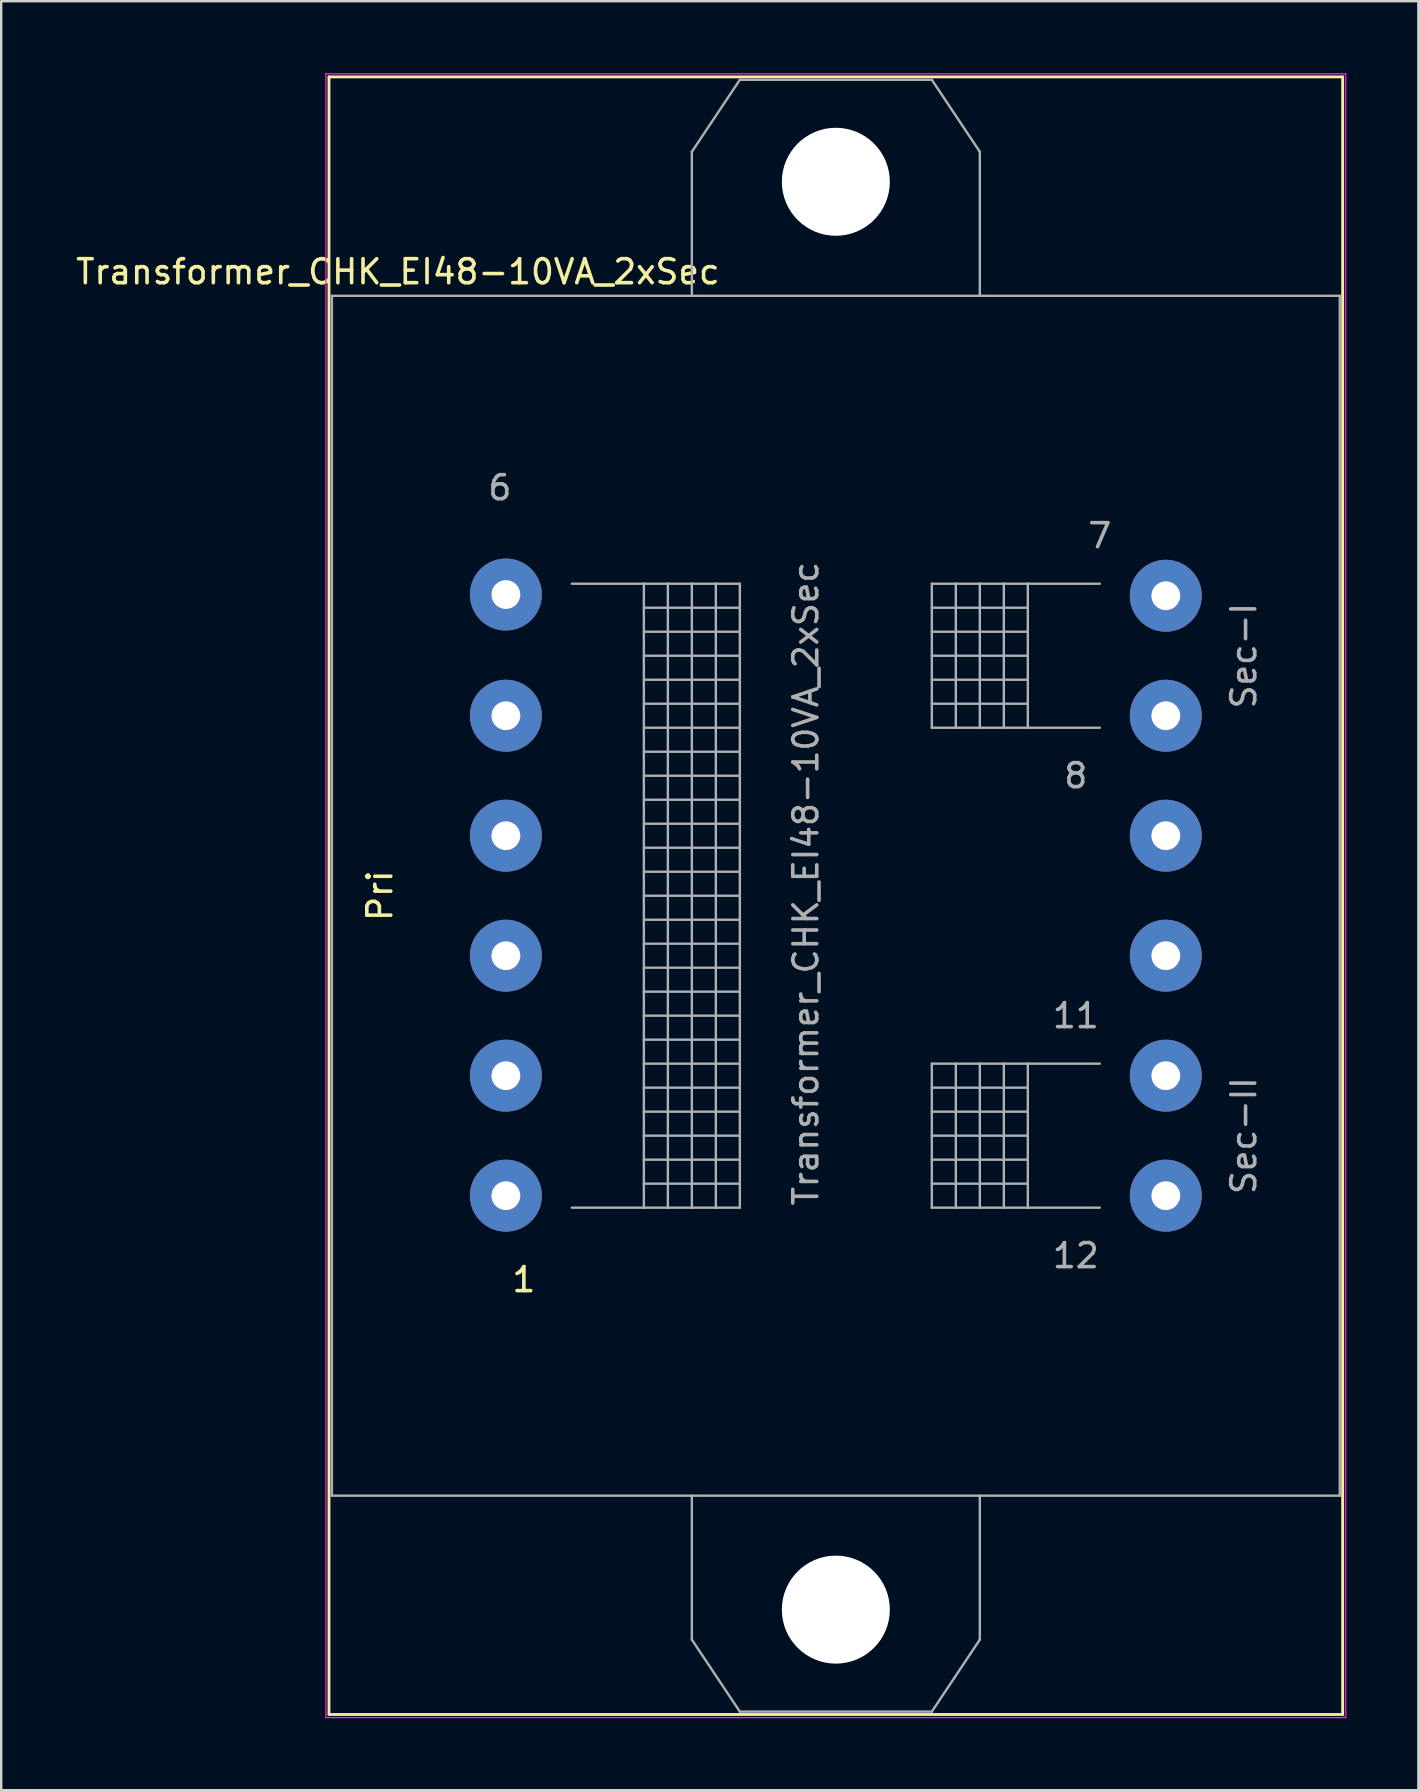
<source format=kicad_pcb>
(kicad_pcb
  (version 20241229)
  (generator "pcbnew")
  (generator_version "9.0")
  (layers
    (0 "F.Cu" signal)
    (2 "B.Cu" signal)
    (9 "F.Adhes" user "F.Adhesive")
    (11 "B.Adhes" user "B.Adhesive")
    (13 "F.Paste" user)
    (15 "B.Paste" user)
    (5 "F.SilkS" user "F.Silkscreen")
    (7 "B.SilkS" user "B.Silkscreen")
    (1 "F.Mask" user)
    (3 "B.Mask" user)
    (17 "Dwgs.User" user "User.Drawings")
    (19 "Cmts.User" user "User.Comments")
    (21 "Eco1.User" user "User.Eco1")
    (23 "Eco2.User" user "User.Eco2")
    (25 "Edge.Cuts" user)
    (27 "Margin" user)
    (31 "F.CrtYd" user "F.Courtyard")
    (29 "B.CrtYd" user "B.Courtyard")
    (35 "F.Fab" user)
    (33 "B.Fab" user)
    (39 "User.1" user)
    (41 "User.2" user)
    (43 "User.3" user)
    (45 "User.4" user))
  (footprint "Transformer_CHK_EI48-10VA_2xSec"
    (layer "F.Cu")
    (at 18.03 46.775)
    (property "Reference" "Transformer_CHK_EI48-10VA_2xSec" (at -4.5 -38.5 0) (layer "F.SilkS") (effects (font (size 1 1) (thickness 0.15))))
    (attr through_hole)
    (fp_line (start -7.37 -46.62) (end -7.37 21.62) (stroke (width 0.12) (type solid)) (layer "F.SilkS"))
    (fp_line (start -7.37 -46.62) (end 34.87 -46.62) (stroke (width 0.12) (type solid)) (layer "F.SilkS"))
    (fp_line (start 34.87 21.62) (end -7.37 21.62) (stroke (width 0.12) (type solid)) (layer "F.SilkS"))
    (fp_line (start 34.87 21.62) (end 34.87 -46.62) (stroke (width 0.12) (type solid)) (layer "F.SilkS"))
    (fp_line (start -7.5 -46.75) (end -7.5 21.75) (stroke (width 0.05) (type solid)) (layer "F.CrtYd"))
    (fp_line (start -7.5 -46.75) (end 35 -46.75) (stroke (width 0.05) (type solid)) (layer "F.CrtYd"))
    (fp_line (start 35 21.75) (end -7.5 21.75) (stroke (width 0.05) (type solid)) (layer "F.CrtYd"))
    (fp_line (start 35 21.75) (end 35 -46.75) (stroke (width 0.05) (type solid)) (layer "F.CrtYd"))
    (fp_line (start -7.25 -37.5) (end -7.25 12.5) (stroke (width 0.1) (type solid)) (layer "F.Fab"))
    (fp_line (start -7.25 12.5) (end 34.75 12.5) (stroke (width 0.1) (type solid)) (layer "F.Fab"))
    (fp_line (start 2.75 -25.5) (end 5.75 -25.5) (stroke (width 0.1) (type solid)) (layer "F.Fab"))
    (fp_line (start 5.75 -25.5) (end 5.75 0.5) (stroke (width 0.1) (type solid)) (layer "F.Fab"))
    (fp_line (start 5.75 -25.5) (end 6.75 -25.5) (stroke (width 0.1) (type solid)) (layer "F.Fab"))
    (fp_line (start 5.75 -24.5) (end 9.75 -24.5) (stroke (width 0.1) (type solid)) (layer "F.Fab"))
    (fp_line (start 5.75 -23.5) (end 9.75 -23.5) (stroke (width 0.1) (type solid)) (layer "F.Fab"))
    (fp_line (start 5.75 -22.5) (end 9.75 -22.5) (stroke (width 0.1) (type solid)) (layer "F.Fab"))
    (fp_line (start 5.75 -21.5) (end 9.75 -21.5) (stroke (width 0.1) (type solid)) (layer "F.Fab"))
    (fp_line (start 5.75 -20.5) (end 9.75 -20.5) (stroke (width 0.1) (type solid)) (layer "F.Fab"))
    (fp_line (start 5.75 -19.5) (end 9.75 -19.5) (stroke (width 0.1) (type solid)) (layer "F.Fab"))
    (fp_line (start 5.75 -18.5) (end 9.75 -18.5) (stroke (width 0.1) (type solid)) (layer "F.Fab"))
    (fp_line (start 5.75 -17.5) (end 9.75 -17.5) (stroke (width 0.1) (type solid)) (layer "F.Fab"))
    (fp_line (start 5.75 -16.5) (end 9.75 -16.5) (stroke (width 0.1) (type solid)) (layer "F.Fab"))
    (fp_line (start 5.75 -15.5) (end 9.75 -15.5) (stroke (width 0.1) (type solid)) (layer "F.Fab"))
    (fp_line (start 5.75 -14.5) (end 9.75 -14.5) (stroke (width 0.1) (type solid)) (layer "F.Fab"))
    (fp_line (start 5.75 -13.5) (end 9.75 -13.5) (stroke (width 0.1) (type solid)) (layer "F.Fab"))
    (fp_line (start 5.75 -12.5) (end 9.75 -12.5) (stroke (width 0.1) (type solid)) (layer "F.Fab"))
    (fp_line (start 5.75 -11.5) (end 9.75 -11.5) (stroke (width 0.1) (type solid)) (layer "F.Fab"))
    (fp_line (start 5.75 -10.5) (end 9.75 -10.5) (stroke (width 0.1) (type solid)) (layer "F.Fab"))
    (fp_line (start 5.75 -9.5) (end 9.75 -9.5) (stroke (width 0.1) (type solid)) (layer "F.Fab"))
    (fp_line (start 5.75 -8.5) (end 9.75 -8.5) (stroke (width 0.1) (type solid)) (layer "F.Fab"))
    (fp_line (start 5.75 -7.5) (end 9.75 -7.5) (stroke (width 0.1) (type solid)) (layer "F.Fab"))
    (fp_line (start 5.75 -6.5) (end 9.75 -6.5) (stroke (width 0.1) (type solid)) (layer "F.Fab"))
    (fp_line (start 5.75 -5.5) (end 9.75 -5.5) (stroke (width 0.1) (type solid)) (layer "F.Fab"))
    (fp_line (start 5.75 -4.5) (end 9.75 -4.5) (stroke (width 0.1) (type solid)) (layer "F.Fab"))
    (fp_line (start 5.75 -3.5) (end 9.75 -3.5) (stroke (width 0.1) (type solid)) (layer "F.Fab"))
    (fp_line (start 5.75 -2.5) (end 9.75 -2.5) (stroke (width 0.1) (type solid)) (layer "F.Fab"))
    (fp_line (start 5.75 -0.5) (end 9.75 -0.5) (stroke (width 0.1) (type solid)) (layer "F.Fab"))
    (fp_line (start 5.75 0.5) (end 2.75 0.5) (stroke (width 0.1) (type solid)) (layer "F.Fab"))
    (fp_line (start 6.75 -25.5) (end 6.75 0.5) (stroke (width 0.1) (type solid)) (layer "F.Fab"))
    (fp_line (start 6.75 -25.5) (end 7.75 -25.5) (stroke (width 0.1) (type solid)) (layer "F.Fab"))
    (fp_line (start 6.75 -1.5) (end 5.75 -1.5) (stroke (width 0.1) (type solid)) (layer "F.Fab"))
    (fp_line (start 6.75 -1.5) (end 9.75 -1.5) (stroke (width 0.1) (type solid)) (layer "F.Fab"))
    (fp_line (start 6.75 0.5) (end 5.75 0.5) (stroke (width 0.1) (type solid)) (layer "F.Fab"))
    (fp_line (start 7.75 -43.5) (end 7.75 -37.5) (stroke (width 0.1) (type solid)) (layer "F.Fab"))
    (fp_line (start 7.75 -25.5) (end 7.75 0.5) (stroke (width 0.1) (type solid)) (layer "F.Fab"))
    (fp_line (start 7.75 -25.5) (end 8.75 -25.5) (stroke (width 0.1) (type solid)) (layer "F.Fab"))
    (fp_line (start 7.75 0.5) (end 6.75 0.5) (stroke (width 0.1) (type solid)) (layer "F.Fab"))
    (fp_line (start 7.75 18.5) (end 7.75 12.5) (stroke (width 0.1) (type solid)) (layer "F.Fab"))
    (fp_line (start 8.75 -25.5) (end 8.75 0.5) (stroke (width 0.1) (type solid)) (layer "F.Fab"))
    (fp_line (start 8.75 -25.5) (end 9.75 -25.5) (stroke (width 0.1) (type solid)) (layer "F.Fab"))
    (fp_line (start 8.75 0.5) (end 7.75 0.5) (stroke (width 0.1) (type solid)) (layer "F.Fab"))
    (fp_line (start 9.75 -46.5) (end 7.75 -43.5) (stroke (width 0.1) (type solid)) (layer "F.Fab"))
    (fp_line (start 9.75 -25.5) (end 9.75 0.5) (stroke (width 0.1) (type solid)) (layer "F.Fab"))
    (fp_line (start 9.75 0.5) (end 8.75 0.5) (stroke (width 0.1) (type solid)) (layer "F.Fab"))
    (fp_line (start 9.75 21.5) (end 7.75 18.5) (stroke (width 0.1) (type solid)) (layer "F.Fab"))
    (fp_line (start 17.75 -46.5) (end 9.75 -46.5) (stroke (width 0.1) (type solid)) (layer "F.Fab"))
    (fp_line (start 17.75 -25.5) (end 17.75 -19.5) (stroke (width 0.1) (type solid)) (layer "F.Fab"))
    (fp_line (start 17.75 -24.5) (end 21.75 -24.5) (stroke (width 0.1) (type solid)) (layer "F.Fab"))
    (fp_line (start 17.75 -23.5) (end 21.75 -23.5) (stroke (width 0.1) (type solid)) (layer "F.Fab"))
    (fp_line (start 17.75 -22.5) (end 21.75 -22.5) (stroke (width 0.1) (type solid)) (layer "F.Fab"))
    (fp_line (start 17.75 -21.5) (end 21.75 -21.5) (stroke (width 0.1) (type solid)) (layer "F.Fab"))
    (fp_line (start 17.75 -20.5) (end 21.75 -20.5) (stroke (width 0.1) (type solid)) (layer "F.Fab"))
    (fp_line (start 17.75 -19.5) (end 18.75 -19.5) (stroke (width 0.1) (type solid)) (layer "F.Fab"))
    (fp_line (start 17.75 -5.5) (end 17.75 0.5) (stroke (width 0.1) (type solid)) (layer "F.Fab"))
    (fp_line (start 17.75 -4.5) (end 21.75 -4.5) (stroke (width 0.1) (type solid)) (layer "F.Fab"))
    (fp_line (start 17.75 -3.5) (end 21.75 -3.5) (stroke (width 0.1) (type solid)) (layer "F.Fab"))
    (fp_line (start 17.75 -2.5) (end 21.75 -2.5) (stroke (width 0.1) (type solid)) (layer "F.Fab"))
    (fp_line (start 17.75 -1.5) (end 21.75 -1.5) (stroke (width 0.1) (type solid)) (layer "F.Fab"))
    (fp_line (start 17.75 -0.5) (end 21.75 -0.5) (stroke (width 0.1) (type solid)) (layer "F.Fab"))
    (fp_line (start 17.75 0.5) (end 18.75 0.5) (stroke (width 0.1) (type solid)) (layer "F.Fab"))
    (fp_line (start 17.75 21.5) (end 9.75 21.5) (stroke (width 0.1) (type solid)) (layer "F.Fab"))
    (fp_line (start 18.75 -25.5) (end 17.75 -25.5) (stroke (width 0.1) (type solid)) (layer "F.Fab"))
    (fp_line (start 18.75 -25.5) (end 18.75 -19.5) (stroke (width 0.1) (type solid)) (layer "F.Fab"))
    (fp_line (start 18.75 -19.5) (end 19.75 -19.5) (stroke (width 0.1) (type solid)) (layer "F.Fab"))
    (fp_line (start 18.75 -5.5) (end 17.75 -5.5) (stroke (width 0.1) (type solid)) (layer "F.Fab"))
    (fp_line (start 18.75 -5.5) (end 18.75 0.5) (stroke (width 0.1) (type solid)) (layer "F.Fab"))
    (fp_line (start 18.75 0.5) (end 19.75 0.5) (stroke (width 0.1) (type solid)) (layer "F.Fab"))
    (fp_line (start 19.75 -43.5) (end 17.75 -46.5) (stroke (width 0.1) (type solid)) (layer "F.Fab"))
    (fp_line (start 19.75 -37.5) (end 19.75 -43.5) (stroke (width 0.1) (type solid)) (layer "F.Fab"))
    (fp_line (start 19.75 -25.5) (end 18.75 -25.5) (stroke (width 0.1) (type solid)) (layer "F.Fab"))
    (fp_line (start 19.75 -25.5) (end 19.75 -19.5) (stroke (width 0.1) (type solid)) (layer "F.Fab"))
    (fp_line (start 19.75 -19.5) (end 20.75 -19.5) (stroke (width 0.1) (type solid)) (layer "F.Fab"))
    (fp_line (start 19.75 -5.5) (end 18.75 -5.5) (stroke (width 0.1) (type solid)) (layer "F.Fab"))
    (fp_line (start 19.75 -5.5) (end 19.75 0.5) (stroke (width 0.1) (type solid)) (layer "F.Fab"))
    (fp_line (start 19.75 0.5) (end 20.75 0.5) (stroke (width 0.1) (type solid)) (layer "F.Fab"))
    (fp_line (start 19.75 12.5) (end 19.75 18.5) (stroke (width 0.1) (type solid)) (layer "F.Fab"))
    (fp_line (start 19.75 18.5) (end 17.75 21.5) (stroke (width 0.1) (type solid)) (layer "F.Fab"))
    (fp_line (start 20.75 -25.5) (end 19.75 -25.5) (stroke (width 0.1) (type solid)) (layer "F.Fab"))
    (fp_line (start 20.75 -25.5) (end 20.75 -19.5) (stroke (width 0.1) (type solid)) (layer "F.Fab"))
    (fp_line (start 20.75 -19.5) (end 21.75 -19.5) (stroke (width 0.1) (type solid)) (layer "F.Fab"))
    (fp_line (start 20.75 -5.5) (end 19.75 -5.5) (stroke (width 0.1) (type solid)) (layer "F.Fab"))
    (fp_line (start 20.75 -5.5) (end 20.75 0.5) (stroke (width 0.1) (type solid)) (layer "F.Fab"))
    (fp_line (start 20.75 0.5) (end 21.75 0.5) (stroke (width 0.1) (type solid)) (layer "F.Fab"))
    (fp_line (start 21.75 -25.5) (end 20.75 -25.5) (stroke (width 0.1) (type solid)) (layer "F.Fab"))
    (fp_line (start 21.75 -25.5) (end 21.75 -19.5) (stroke (width 0.1) (type solid)) (layer "F.Fab"))
    (fp_line (start 21.75 -19.5) (end 24.75 -19.5) (stroke (width 0.1) (type solid)) (layer "F.Fab"))
    (fp_line (start 21.75 -5.5) (end 20.75 -5.5) (stroke (width 0.1) (type solid)) (layer "F.Fab"))
    (fp_line (start 21.75 -5.5) (end 21.75 0.5) (stroke (width 0.1) (type solid)) (layer "F.Fab"))
    (fp_line (start 21.75 0.5) (end 24.75 0.5) (stroke (width 0.1) (type solid)) (layer "F.Fab"))
    (fp_line (start 24.75 -25.5) (end 21.75 -25.5) (stroke (width 0.1) (type solid)) (layer "F.Fab"))
    (fp_line (start 24.75 -5.5) (end 21.75 -5.5) (stroke (width 0.1) (type solid)) (layer "F.Fab"))
    (fp_line (start 34.75 -37.5) (end -7.25 -37.5) (stroke (width 0.1) (type solid)) (layer "F.Fab"))
    (fp_line (start 34.75 12.5) (end 34.75 -37.5) (stroke (width 0.1) (type solid)) (layer "F.Fab"))
    (fp_text user "Pri" (at -5.25 -12.5 90) (layer "F.SilkS") (effects (font (size 1 1) (thickness 0.15))))
    (fp_text user "1" (at 0.75 3.5 0) (layer "F.SilkS") (effects (font (size 1 1) (thickness 0.15))))
    (fp_text user "6" (at -0.25 -29.5 0) (layer "F.Fab") (effects (font (size 1 1) (thickness 0.15))))
    (fp_text user "12" (at 23.75 2.5 0) (layer "F.Fab") (effects (font (size 1 1) (thickness 0.15))))
    (fp_text user "8" (at 23.75 -17.5 0) (layer "F.Fab") (effects (font (size 1 1) (thickness 0.15))))
    (fp_text user "Sec-II" (at 30.75 -2.5 90) (layer "F.Fab") (effects (font (size 1 1) (thickness 0.15))))
    (fp_text user "${REFERENCE}" (at 12.5 -13 90) (layer "F.Fab") (effects (font (size 1 1) (thickness 0.15))))
    (fp_text user "7" (at 24.75 -27.5 0) (layer "F.Fab") (effects (font (size 1 1) (thickness 0.15))))
    (fp_text user "11" (at 23.75 -7.5 0) (layer "F.Fab") (effects (font (size 1 1) (thickness 0.15))))
    (fp_text user "Sec-I" (at 30.75 -22.5 90) (layer "F.Fab") (effects (font (size 1 1) (thickness 0.15))))
    (pad "" np_thru_hole circle (at 13.75 -42.25) (size 4.5 4.5) (drill 4.5) (layers "*.Cu" "*.Mask"))
    (pad "" np_thru_hole circle (at 13.75 17.25) (size 4.5 4.5) (drill 4.5) (layers "*.Cu" "*.Mask"))
    (pad "1" thru_hole circle (at 0 0) (size 3 3) (drill 1.2) (layers "*.Cu" "*.Mask"))
    (pad "2" thru_hole circle (at 0 -5) (size 3 3) (drill 1.2) (layers "*.Cu" "*.Mask"))
    (pad "3" thru_hole circle (at 0 -10) (size 3 3) (drill 1.2) (layers "*.Cu" "*.Mask"))
    (pad "4" thru_hole circle (at 0 -15) (size 3 3) (drill 1.2) (layers "*.Cu" "*.Mask"))
    (pad "5" thru_hole circle (at 0 -20) (size 3 3) (drill 1.2) (layers "*.Cu" "*.Mask"))
    (pad "6" thru_hole circle (at 0 -25.05) (size 3 3) (drill 1.2) (layers "*.Cu" "*.Mask"))
    (pad "7" thru_hole circle (at 27.5 -25) (size 3 3) (drill 1.2) (layers "*.Cu" "*.Mask"))
    (pad "8" thru_hole circle (at 27.5 -20) (size 3 3) (drill 1.2) (layers "*.Cu" "*.Mask"))
    (pad "9" thru_hole circle (at 27.5 -15) (size 3 3) (drill 1.2) (layers "*.Cu" "*.Mask"))
    (pad "10" thru_hole circle (at 27.5 -10) (size 3 3) (drill 1.2) (layers "*.Cu" "*.Mask"))
    (pad "11" thru_hole circle (at 27.5 -5) (size 3 3) (drill 1.2) (layers "*.Cu" "*.Mask"))
    (pad "12" thru_hole circle (at 27.5 0) (size 3 3) (drill 1.2) (layers "*.Cu" "*.Mask")))
  (gr_rect
    (start -3 -3)
    (end 56.055 71.55)
    (stroke (width 0.1) (type default))
    (fill no)
    (layer "Edge.Cuts")))
</source>
